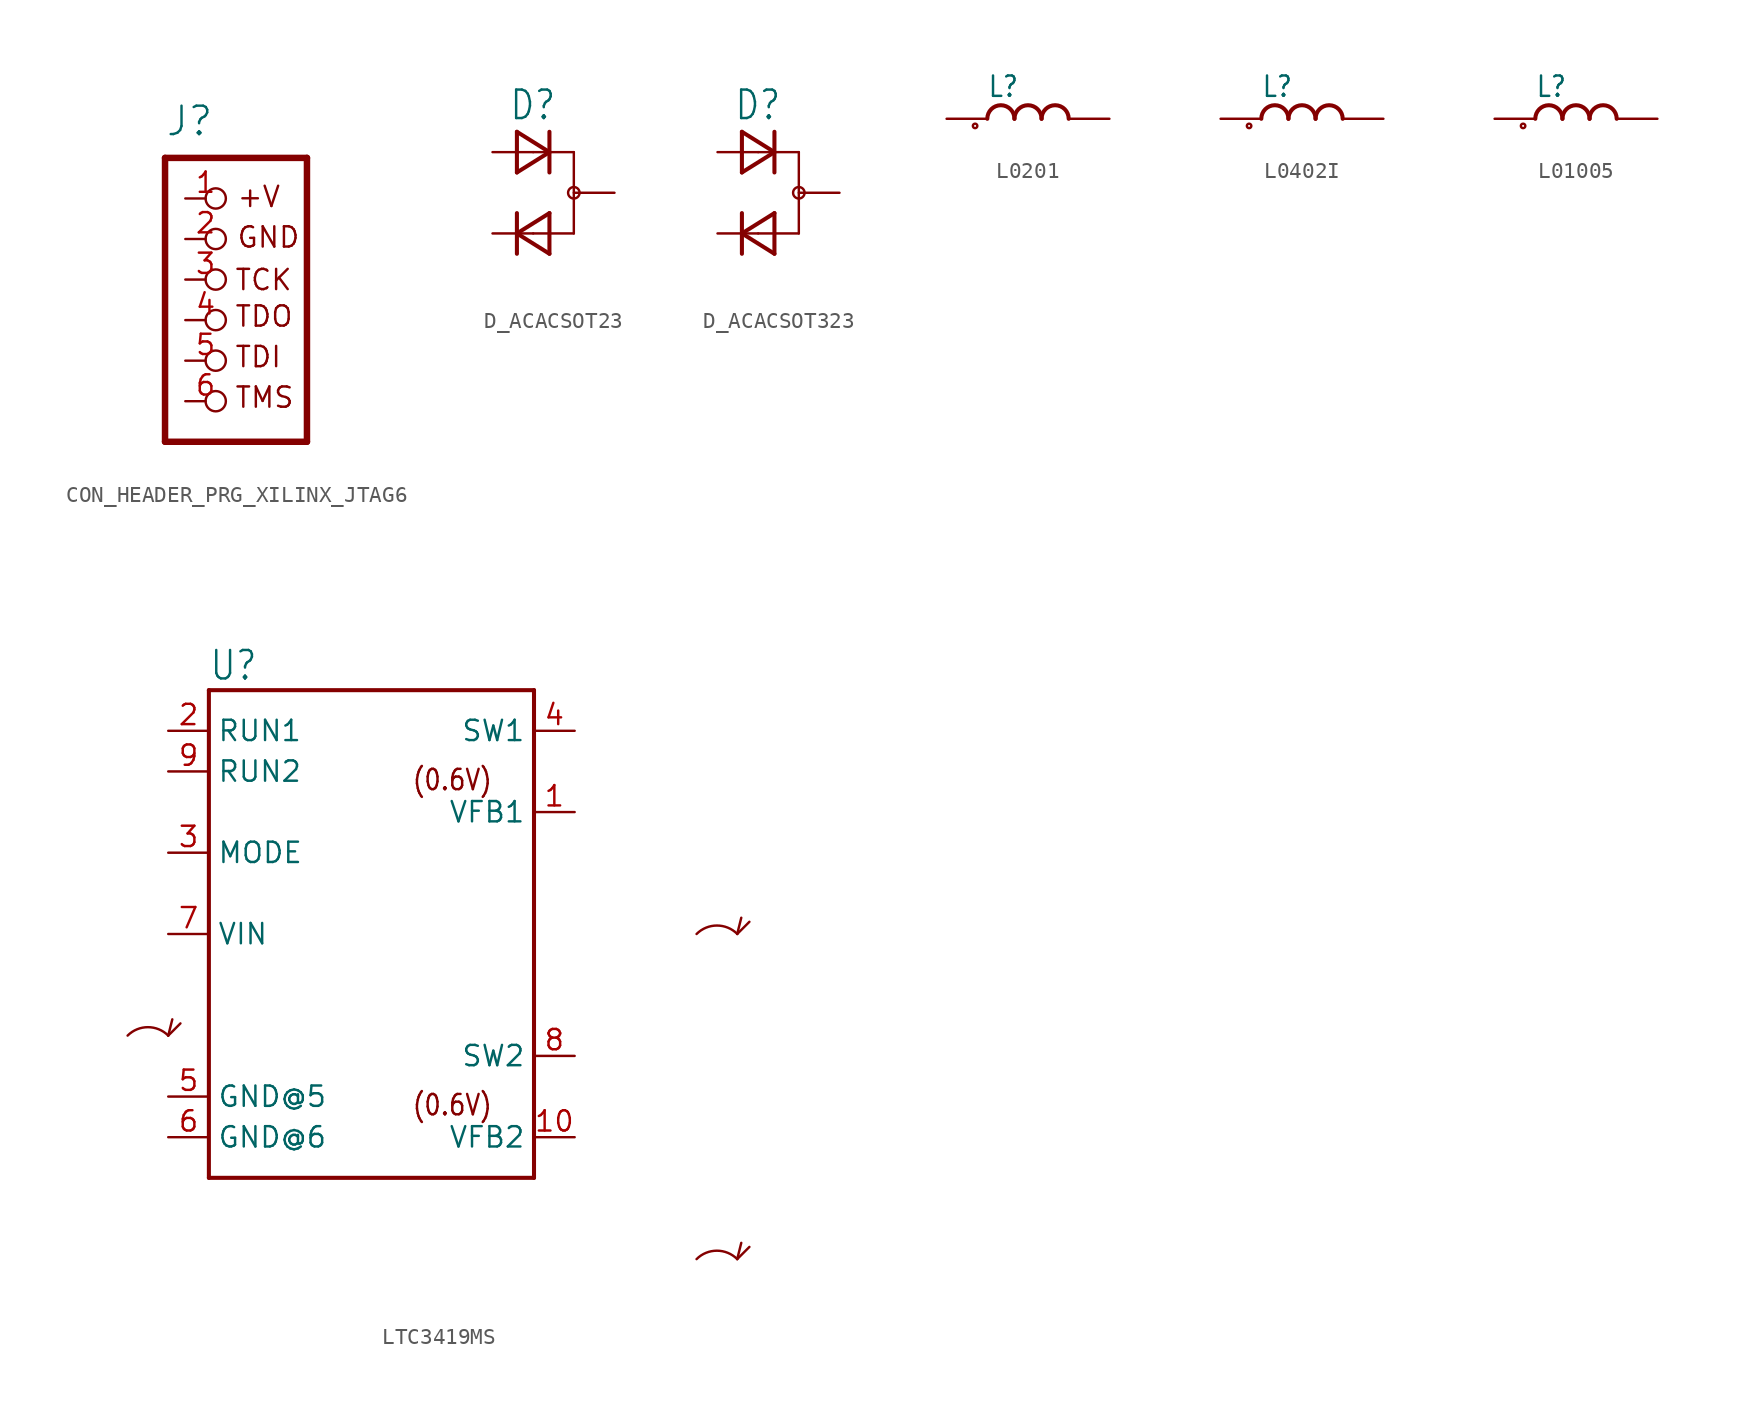
<source format=kicad_sym>
(kicad_symbol_lib
  (version 20220914)
  (generator kicad_symbol_editor)
  (symbol "CON_HEADER_PRG_XILINX_JTAG6"
    (property "Reference" "J"
      (at -1.27 8.89 0)
      (effects (font (size 1.778 1.778)) (justify left bottom)))
    (property "ki_locked" ""
      (at 0 0 0)
      (effects (font (size 1.27 1.27))))
    (symbol "CON_HEADER_PRG_XILINX_JTAG6_1_0"
      (polyline (pts (xy -1.27 -10.16) (xy -1.27 7.62)) (stroke (width 0.406) (type solid)) (fill (type none)))
      (polyline (pts (xy -1.27 7.62) (xy 7.62 7.62)) (stroke (width 0.406) (type solid)) (fill (type none)))
      (polyline (pts (xy 7.62 -10.16) (xy -1.27 -10.16)) (stroke (width 0.406) (type solid)) (fill (type none)))
      (polyline (pts (xy 7.62 7.62) (xy 7.62 -10.16)) (stroke (width 0.406) (type solid)) (fill (type none)))
      (text "+V" (at 3.175 4.445 0) (effects (font (size 1.27 1.27)) (justify left bottom)))
      (text "GND" (at 3.175 1.905 0) (effects (font (size 1.27 1.27)) (justify left bottom)))
      (text "TCK" (at 3.048 -0.762 0) (effects (font (size 1.27 1.27)) (justify left bottom)))
      (text "TDI" (at 3.048 -5.588 0) (effects (font (size 1.27 1.27)) (justify left bottom)))
      (text "TDO" (at 3.048 -3.048 0) (effects (font (size 1.27 1.27)) (justify left bottom)))
      (text "TMS" (at 3.048 -8.128 0) (effects (font (size 1.27 1.27)) (justify left bottom)))
      (pin passive inverted (at 0 5.08 0) (length 2.54) (name "+V" (effects (font (size 0 0)))) (number "1" (effects (font (size 1.27 1.27)))))
      (pin passive inverted (at 0 2.54 0) (length 2.54) (name "GND" (effects (font (size 0 0)))) (number "2" (effects (font (size 1.27 1.27)))))
      (pin passive inverted (at 0 0 0) (length 2.54) (name "TCK" (effects (font (size 0 0)))) (number "3" (effects (font (size 1.27 1.27)))))
      (pin passive inverted (at 0 -2.54 0) (length 2.54) (name "TDO" (effects (font (size 0 0)))) (number "4" (effects (font (size 1.27 1.27)))))
      (pin passive inverted (at 0 -5.08 0) (length 2.54) (name "TDI" (effects (font (size 0 0)))) (number "5" (effects (font (size 1.27 1.27)))))
      (pin passive inverted (at 0 -7.62 0) (length 2.54) (name "TMS" (effects (font (size 0 0)))) (number "6" (effects (font (size 1.27 1.27)))))))
  (symbol "D_ACACSOT23"
    (property "Reference" "D"
      (at -1.524 4.445 0)
      (effects (font (size 1.778 1.511)) (justify left bottom)))
    (property "Value" ""
      (at -1.524 -5.715 0)
      (effects (font (size 1.778 1.511)) (justify left bottom)))
    (property "ki_locked" ""
      (at 0 0 0)
      (effects (font (size 1.27 1.27))))
    (symbol "D_ACACSOT23_1_0"
      (polyline (pts (xy -1.016 -3.81) (xy -1.016 -2.54)) (stroke (width 0.254) (type solid)) (fill (type none)))
      (polyline (pts (xy -1.016 -2.54) (xy -1.016 -1.27)) (stroke (width 0.254) (type solid)) (fill (type none)))
      (polyline (pts (xy -1.016 -2.54) (xy 1.016 -3.81)) (stroke (width 0.254) (type solid)) (fill (type none)))
      (polyline (pts (xy -1.016 1.27) (xy 1.016 2.54)) (stroke (width 0.254) (type solid)) (fill (type none)))
      (polyline (pts (xy -1.016 3.81) (xy -1.016 1.27)) (stroke (width 0.254) (type solid)) (fill (type none)))
      (polyline (pts (xy 0 2.54) (xy 2.54 2.54)) (stroke (width 0.152) (type solid)) (fill (type none)))
      (polyline (pts (xy 1.016 -3.81) (xy 1.016 -1.27)) (stroke (width 0.254) (type solid)) (fill (type none)))
      (polyline (pts (xy 1.016 -1.27) (xy -1.016 -2.54)) (stroke (width 0.254) (type solid)) (fill (type none)))
      (polyline (pts (xy 1.016 2.54) (xy -1.016 3.81)) (stroke (width 0.254) (type solid)) (fill (type none)))
      (polyline (pts (xy 1.016 2.54) (xy 1.016 1.27)) (stroke (width 0.254) (type solid)) (fill (type none)))
      (polyline (pts (xy 1.016 3.81) (xy 1.016 2.54)) (stroke (width 0.254) (type solid)) (fill (type none)))
      (polyline (pts (xy 2.54 -2.54) (xy 0 -2.54)) (stroke (width 0.152) (type solid)) (fill (type none)))
      (polyline (pts (xy 2.54 2.54) (xy 2.54 -2.54)) (stroke (width 0.152) (type solid)) (fill (type none)))
      (circle (center 2.54 0) (radius 0.359) (stroke (width 0) (type solid)) (fill (type none)))
      (pin passive line (at 5.08 0 180) (length 2.54) (name "CA" (effects (font (size 0 0)))) (number "1" (effects (font (size 0 0)))))
      (pin passive line (at -2.54 -2.54 0) (length 2.54) (name "C" (effects (font (size 0 0)))) (number "2" (effects (font (size 0 0)))))
      (pin passive line (at -2.54 2.54 0) (length 2.54) (name "A" (effects (font (size 0 0)))) (number "3" (effects (font (size 0 0)))))))
  (symbol "D_ACACSOT323"
    (property "Reference" "D"
      (at -1.524 4.445 0)
      (effects (font (size 1.778 1.511)) (justify left bottom)))
    (property "Value" ""
      (at -1.524 -5.715 0)
      (effects (font (size 1.778 1.511)) (justify left bottom)))
    (property "ki_locked" ""
      (at 0 0 0)
      (effects (font (size 1.27 1.27))))
    (symbol "D_ACACSOT323_1_0"
      (polyline (pts (xy -1.016 -3.81) (xy -1.016 -2.54)) (stroke (width 0.254) (type solid)) (fill (type none)))
      (polyline (pts (xy -1.016 -2.54) (xy -1.016 -1.27)) (stroke (width 0.254) (type solid)) (fill (type none)))
      (polyline (pts (xy -1.016 -2.54) (xy 1.016 -3.81)) (stroke (width 0.254) (type solid)) (fill (type none)))
      (polyline (pts (xy -1.016 1.27) (xy 1.016 2.54)) (stroke (width 0.254) (type solid)) (fill (type none)))
      (polyline (pts (xy -1.016 3.81) (xy -1.016 1.27)) (stroke (width 0.254) (type solid)) (fill (type none)))
      (polyline (pts (xy 0 2.54) (xy 2.54 2.54)) (stroke (width 0.152) (type solid)) (fill (type none)))
      (polyline (pts (xy 1.016 -3.81) (xy 1.016 -1.27)) (stroke (width 0.254) (type solid)) (fill (type none)))
      (polyline (pts (xy 1.016 -1.27) (xy -1.016 -2.54)) (stroke (width 0.254) (type solid)) (fill (type none)))
      (polyline (pts (xy 1.016 2.54) (xy -1.016 3.81)) (stroke (width 0.254) (type solid)) (fill (type none)))
      (polyline (pts (xy 1.016 2.54) (xy 1.016 1.27)) (stroke (width 0.254) (type solid)) (fill (type none)))
      (polyline (pts (xy 1.016 3.81) (xy 1.016 2.54)) (stroke (width 0.254) (type solid)) (fill (type none)))
      (polyline (pts (xy 2.54 -2.54) (xy 0 -2.54)) (stroke (width 0.152) (type solid)) (fill (type none)))
      (polyline (pts (xy 2.54 2.54) (xy 2.54 -2.54)) (stroke (width 0.152) (type solid)) (fill (type none)))
      (circle (center 2.54 0) (radius 0.359) (stroke (width 0) (type solid)) (fill (type none)))
      (pin passive line (at 5.08 0 180) (length 2.54) (name "CA" (effects (font (size 0 0)))) (number "1" (effects (font (size 0 0)))))
      (pin passive line (at -2.54 -2.54 0) (length 2.54) (name "C" (effects (font (size 0 0)))) (number "2" (effects (font (size 0 0)))))
      (pin passive line (at -2.54 2.54 0) (length 2.54) (name "A" (effects (font (size 0 0)))) (number "3" (effects (font (size 0 0)))))))
  (symbol "L0201"
    (property "Reference" "L"
      (at -2.54 1.27 0)
      (effects (font (size 1.27 1.079)) (justify left bottom)))
    (property "Value" ""
      (at -2.54 -1.778 0)
      (effects (font (size 1.27 1.079)) (justify left bottom)))
    (property "ki_locked" ""
      (at 0 0 0)
      (effects (font (size 1.27 1.27))))
    (symbol "L0201_1_0"
      (circle (center -3.302 -0.445) (radius 0.064) (stroke (width 0) (type solid)) (fill (type none)))
      (arc (start -0.8468 0) (mid -1.6934 0.8466) (end -2.54 0) (stroke (width 0.254) (type solid)) (fill (type none)))
      (arc (start 0.8467 0) (mid 0 0.8467) (end -0.8467 0) (stroke (width 0.254) (type solid)) (fill (type none)))
      (arc (start 2.54 0) (mid 1.6934 0.8466) (end 0.8468 0) (stroke (width 0.254) (type solid)) (fill (type none)))
      (pin passive line (at -5.08 0 0) (length 2.54) (name "1" (effects (font (size 0 0)))) (number "1" (effects (font (size 0 0)))))
      (pin passive line (at 5.08 0 180) (length 2.54) (name "2" (effects (font (size 0 0)))) (number "2" (effects (font (size 0 0)))))))
  (symbol "L0402I"
    (property "Reference" "L"
      (at -2.54 1.27 0)
      (effects (font (size 1.27 1.079)) (justify left bottom)))
    (property "Value" ""
      (at -2.54 -1.778 0)
      (effects (font (size 1.27 1.079)) (justify left bottom)))
    (property "ki_locked" ""
      (at 0 0 0)
      (effects (font (size 1.27 1.27))))
    (symbol "L0402I_1_0"
      (circle (center -3.302 -0.445) (radius 0.064) (stroke (width 0) (type solid)) (fill (type none)))
      (arc (start -0.8468 0) (mid -1.6934 0.8466) (end -2.54 0) (stroke (width 0.254) (type solid)) (fill (type none)))
      (arc (start 0.8467 0) (mid 0 0.8467) (end -0.8467 0) (stroke (width 0.254) (type solid)) (fill (type none)))
      (arc (start 2.54 0) (mid 1.6934 0.8466) (end 0.8468 0) (stroke (width 0.254) (type solid)) (fill (type none)))
      (pin passive line (at -5.08 0 0) (length 2.54) (name "1" (effects (font (size 0 0)))) (number "1" (effects (font (size 0 0)))))
      (pin passive line (at 5.08 0 180) (length 2.54) (name "2" (effects (font (size 0 0)))) (number "2" (effects (font (size 0 0)))))))
  (symbol "L01005"
    (property "Reference" "L"
      (at -2.54 1.27 0)
      (effects (font (size 1.27 1.079)) (justify left bottom)))
    (property "Value" ""
      (at -2.54 -1.778 0)
      (effects (font (size 1.27 1.079)) (justify left bottom)))
    (property "ki_locked" ""
      (at 0 0 0)
      (effects (font (size 1.27 1.27))))
    (symbol "L01005_1_0"
      (circle (center -3.302 -0.445) (radius 0.064) (stroke (width 0) (type solid)) (fill (type none)))
      (arc (start -0.8468 0) (mid -1.6934 0.8466) (end -2.54 0) (stroke (width 0.254) (type solid)) (fill (type none)))
      (arc (start 0.8467 0) (mid 0 0.8467) (end -0.8467 0) (stroke (width 0.254) (type solid)) (fill (type none)))
      (arc (start 2.54 0) (mid 1.6934 0.8466) (end 0.8468 0) (stroke (width 0.254) (type solid)) (fill (type none)))
      (pin passive line (at -5.08 0 0) (length 2.54) (name "1" (effects (font (size 0 0)))) (number "1" (effects (font (size 0 0)))))
      (pin passive line (at 5.08 0 180) (length 2.54) (name "2" (effects (font (size 0 0)))) (number "2" (effects (font (size 0 0)))))))
  (symbol "LTC3419MS"
    (property "Reference" "U"
      (at -10.16 15.748 0)
      (effects (font (size 1.778 1.511)) (justify left bottom)))
    (property "Value" ""
      (at -10.16 -17.78 0)
      (effects (font (size 1.778 1.511)) (justify left bottom)))
    (property "ki_locked" ""
      (at 0 0 0)
      (effects (font (size 1.27 1.27))))
    (symbol "LTC3419MS_1_0"
      (arc (start -12.7 -6.35) (mid -13.97 -3.2839) (end -15.24 -6.35) (stroke (width 0.1524) (type solid)) (fill (type none)))
      (polyline (pts (xy -12.7 -6.35) (xy -12.446 -5.334)) (stroke (width 0.152) (type solid)) (fill (type none)))
      (polyline (pts (xy -12.7 -6.35) (xy -11.938 -5.588)) (stroke (width 0.152) (type solid)) (fill (type none)))
      (polyline (pts (xy -10.16 -15.24) (xy -10.16 15.24)) (stroke (width 0.254) (type solid)) (fill (type none)))
      (polyline (pts (xy -10.16 15.24) (xy 10.16 15.24)) (stroke (width 0.254) (type solid)) (fill (type none)))
      (polyline (pts (xy 10.16 -15.24) (xy -10.16 -15.24)) (stroke (width 0.254) (type solid)) (fill (type none)))
      (polyline (pts (xy 10.16 15.24) (xy 10.16 -15.24)) (stroke (width 0.254) (type solid)) (fill (type none)))
      (polyline (pts (xy 22.86 -20.32) (xy 23.114 -19.304)) (stroke (width 0.152) (type solid)) (fill (type none)))
      (polyline (pts (xy 22.86 -20.32) (xy 23.622 -19.558)) (stroke (width 0.152) (type solid)) (fill (type none)))
      (polyline (pts (xy 22.86 0) (xy 23.114 1.016)) (stroke (width 0.152) (type solid)) (fill (type none)))
      (polyline (pts (xy 22.86 0) (xy 23.622 0.762)) (stroke (width 0.152) (type solid)) (fill (type none)))
      (arc (start 22.86 -20.32) (mid 21.59 -17.2539) (end 20.32 -20.32) (stroke (width 0.1524) (type solid)) (fill (type none)))
      (arc (start 22.8599 -0.0001) (mid 21.5901 3.0659) (end 20.32 0) (stroke (width 0.1524) (type solid)) (fill (type none)))
      (text "(0.6V)" (at 7.62 -11.43 0) (effects (font (size 1.27 1.079)) (justify right bottom)))
      (text "(0.6V)" (at 7.62 8.89 0) (effects (font (size 1.27 1.079)) (justify right bottom)))
      (pin input line (at 12.7 7.62 180) (length 2.54) (name "VFB1" (effects (font (size 1.27 1.27)))) (number "1" (effects (font (size 1.27 1.27)))))
      (pin input line (at 12.7 -12.7 180) (length 2.54) (name "VFB2" (effects (font (size 1.27 1.27)))) (number "10" (effects (font (size 1.27 1.27)))))
      (pin input line (at -12.7 12.7 0) (length 2.54) (name "RUN1" (effects (font (size 1.27 1.27)))) (number "2" (effects (font (size 1.27 1.27)))))
      (pin input line (at -12.7 5.08 0) (length 2.54) (name "MODE" (effects (font (size 1.27 1.27)))) (number "3" (effects (font (size 1.27 1.27)))))
      (pin output line (at 12.7 12.7 180) (length 2.54) (name "SW1" (effects (font (size 1.27 1.27)))) (number "4" (effects (font (size 1.27 1.27)))))
      (pin power_in line (at -12.7 -10.16 0) (length 2.54) (name "GND@5" (effects (font (size 1.27 1.27)))) (number "5" (effects (font (size 1.27 1.27)))))
      (pin power_in line (at -12.7 -12.7 0) (length 2.54) (name "GND@6" (effects (font (size 1.27 1.27)))) (number "6" (effects (font (size 1.27 1.27)))))
      (pin input line (at -12.7 0 0) (length 2.54) (name "VIN" (effects (font (size 1.27 1.27)))) (number "7" (effects (font (size 1.27 1.27)))))
      (pin output line (at 12.7 -7.62 180) (length 2.54) (name "SW2" (effects (font (size 1.27 1.27)))) (number "8" (effects (font (size 1.27 1.27)))))
      (pin input line (at -12.7 10.16 0) (length 2.54) (name "RUN2" (effects (font (size 1.27 1.27)))) (number "9" (effects (font (size 1.27 1.27))))))))
</source>
